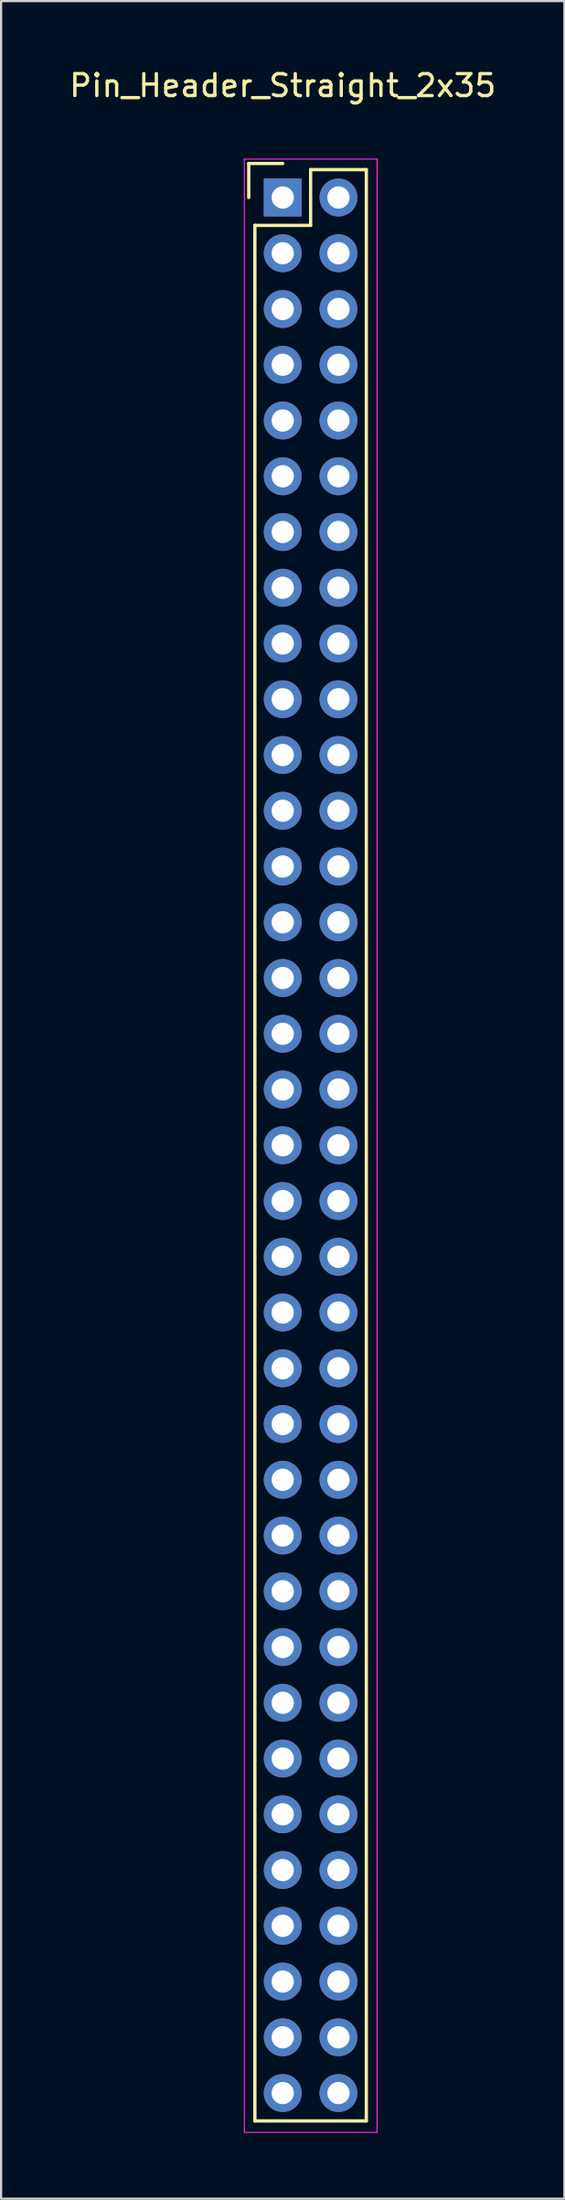
<source format=kicad_pcb>
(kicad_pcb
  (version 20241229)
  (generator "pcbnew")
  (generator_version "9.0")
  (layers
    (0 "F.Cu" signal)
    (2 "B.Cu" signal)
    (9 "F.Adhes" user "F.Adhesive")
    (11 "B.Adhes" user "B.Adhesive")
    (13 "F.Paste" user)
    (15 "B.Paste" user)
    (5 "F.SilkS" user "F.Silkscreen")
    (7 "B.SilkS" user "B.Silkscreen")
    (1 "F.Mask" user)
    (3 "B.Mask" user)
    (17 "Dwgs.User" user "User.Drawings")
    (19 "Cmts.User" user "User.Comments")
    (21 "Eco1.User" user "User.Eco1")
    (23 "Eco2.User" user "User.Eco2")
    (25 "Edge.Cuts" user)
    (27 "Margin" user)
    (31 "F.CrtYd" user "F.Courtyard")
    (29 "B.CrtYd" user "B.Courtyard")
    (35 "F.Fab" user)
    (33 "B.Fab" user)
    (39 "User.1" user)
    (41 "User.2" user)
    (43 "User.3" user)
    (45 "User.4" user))
  (footprint "Pin_Header_Straight_2x35"
    (layer "F.Cu")
    (at 9.839 5.948)
    (property "Reference" "Pin_Header_Straight_2x35" (at 0 -5.1 0) (layer "F.SilkS") (effects (font (size 1 1) (thickness 0.15))))
    (attr through_hole)
    (fp_line (start -1.55 -1.55) (end -1.55 0) (stroke (width 0.15) (type solid)) (layer "F.SilkS"))
    (fp_line (start -1.27 1.27) (end -1.27 87.63) (stroke (width 0.15) (type solid)) (layer "F.SilkS"))
    (fp_line (start 0 -1.55) (end -1.55 -1.55) (stroke (width 0.15) (type solid)) (layer "F.SilkS"))
    (fp_line (start 1.27 -1.27) (end 1.27 1.27) (stroke (width 0.15) (type solid)) (layer "F.SilkS"))
    (fp_line (start 1.27 1.27) (end -1.27 1.27) (stroke (width 0.15) (type solid)) (layer "F.SilkS"))
    (fp_line (start 3.81 -1.27) (end 1.27 -1.27) (stroke (width 0.15) (type solid)) (layer "F.SilkS"))
    (fp_line (start 3.81 87.63) (end -1.27 87.63) (stroke (width 0.15) (type solid)) (layer "F.SilkS"))
    (fp_line (start 3.81 87.63) (end 3.81 -1.27) (stroke (width 0.15) (type solid)) (layer "F.SilkS"))
    (fp_line (start -1.75 -1.75) (end -1.75 88.15) (stroke (width 0.05) (type solid)) (layer "F.CrtYd"))
    (fp_line (start -1.75 -1.75) (end 4.3 -1.75) (stroke (width 0.05) (type solid)) (layer "F.CrtYd"))
    (fp_line (start -1.75 88.15) (end 4.3 88.15) (stroke (width 0.05) (type solid)) (layer "F.CrtYd"))
    (fp_line (start 4.3 -1.75) (end 4.3 88.15) (stroke (width 0.05) (type solid)) (layer "F.CrtYd"))
    (pad "1" thru_hole rect (at 0 0) (size 1.727 1.727) (drill 1.016) (layers "*.Cu" "*.Mask"))
    (pad "2" thru_hole oval (at 2.54 0) (size 1.727 1.727) (drill 1.016) (layers "*.Cu" "*.Mask"))
    (pad "3" thru_hole oval (at 0 2.54) (size 1.727 1.727) (drill 1.016) (layers "*.Cu" "*.Mask"))
    (pad "4" thru_hole oval (at 2.54 2.54) (size 1.727 1.727) (drill 1.016) (layers "*.Cu" "*.Mask"))
    (pad "5" thru_hole oval (at 0 5.08) (size 1.727 1.727) (drill 1.016) (layers "*.Cu" "*.Mask"))
    (pad "6" thru_hole oval (at 2.54 5.08) (size 1.727 1.727) (drill 1.016) (layers "*.Cu" "*.Mask"))
    (pad "7" thru_hole oval (at 0 7.62) (size 1.727 1.727) (drill 1.016) (layers "*.Cu" "*.Mask"))
    (pad "8" thru_hole oval (at 2.54 7.62) (size 1.727 1.727) (drill 1.016) (layers "*.Cu" "*.Mask"))
    (pad "9" thru_hole oval (at 0 10.16) (size 1.727 1.727) (drill 1.016) (layers "*.Cu" "*.Mask"))
    (pad "10" thru_hole oval (at 2.54 10.16) (size 1.727 1.727) (drill 1.016) (layers "*.Cu" "*.Mask"))
    (pad "11" thru_hole oval (at 0 12.7) (size 1.727 1.727) (drill 1.016) (layers "*.Cu" "*.Mask"))
    (pad "12" thru_hole oval (at 2.54 12.7) (size 1.727 1.727) (drill 1.016) (layers "*.Cu" "*.Mask"))
    (pad "13" thru_hole oval (at 0 15.24) (size 1.727 1.727) (drill 1.016) (layers "*.Cu" "*.Mask"))
    (pad "14" thru_hole oval (at 2.54 15.24) (size 1.727 1.727) (drill 1.016) (layers "*.Cu" "*.Mask"))
    (pad "15" thru_hole oval (at 0 17.78) (size 1.727 1.727) (drill 1.016) (layers "*.Cu" "*.Mask"))
    (pad "16" thru_hole oval (at 2.54 17.78) (size 1.727 1.727) (drill 1.016) (layers "*.Cu" "*.Mask"))
    (pad "17" thru_hole oval (at 0 20.32) (size 1.727 1.727) (drill 1.016) (layers "*.Cu" "*.Mask"))
    (pad "18" thru_hole oval (at 2.54 20.32) (size 1.727 1.727) (drill 1.016) (layers "*.Cu" "*.Mask"))
    (pad "19" thru_hole oval (at 0 22.86) (size 1.727 1.727) (drill 1.016) (layers "*.Cu" "*.Mask"))
    (pad "20" thru_hole oval (at 2.54 22.86) (size 1.727 1.727) (drill 1.016) (layers "*.Cu" "*.Mask"))
    (pad "21" thru_hole oval (at 0 25.4) (size 1.727 1.727) (drill 1.016) (layers "*.Cu" "*.Mask"))
    (pad "22" thru_hole oval (at 2.54 25.4) (size 1.727 1.727) (drill 1.016) (layers "*.Cu" "*.Mask"))
    (pad "23" thru_hole oval (at 0 27.94) (size 1.727 1.727) (drill 1.016) (layers "*.Cu" "*.Mask"))
    (pad "24" thru_hole oval (at 2.54 27.94) (size 1.727 1.727) (drill 1.016) (layers "*.Cu" "*.Mask"))
    (pad "25" thru_hole oval (at 0 30.48) (size 1.727 1.727) (drill 1.016) (layers "*.Cu" "*.Mask"))
    (pad "26" thru_hole oval (at 2.54 30.48) (size 1.727 1.727) (drill 1.016) (layers "*.Cu" "*.Mask"))
    (pad "27" thru_hole oval (at 0 33.02) (size 1.727 1.727) (drill 1.016) (layers "*.Cu" "*.Mask"))
    (pad "28" thru_hole oval (at 2.54 33.02) (size 1.727 1.727) (drill 1.016) (layers "*.Cu" "*.Mask"))
    (pad "29" thru_hole oval (at 0 35.56) (size 1.727 1.727) (drill 1.016) (layers "*.Cu" "*.Mask"))
    (pad "30" thru_hole oval (at 2.54 35.56) (size 1.727 1.727) (drill 1.016) (layers "*.Cu" "*.Mask"))
    (pad "31" thru_hole oval (at 0 38.1) (size 1.727 1.727) (drill 1.016) (layers "*.Cu" "*.Mask"))
    (pad "32" thru_hole oval (at 2.54 38.1) (size 1.727 1.727) (drill 1.016) (layers "*.Cu" "*.Mask"))
    (pad "33" thru_hole oval (at 0 40.64) (size 1.727 1.727) (drill 1.016) (layers "*.Cu" "*.Mask"))
    (pad "34" thru_hole oval (at 2.54 40.64) (size 1.727 1.727) (drill 1.016) (layers "*.Cu" "*.Mask"))
    (pad "35" thru_hole oval (at 0 43.18) (size 1.727 1.727) (drill 1.016) (layers "*.Cu" "*.Mask"))
    (pad "36" thru_hole oval (at 2.54 43.18) (size 1.727 1.727) (drill 1.016) (layers "*.Cu" "*.Mask"))
    (pad "37" thru_hole oval (at 0 45.72) (size 1.727 1.727) (drill 1.016) (layers "*.Cu" "*.Mask"))
    (pad "38" thru_hole oval (at 2.54 45.72) (size 1.727 1.727) (drill 1.016) (layers "*.Cu" "*.Mask"))
    (pad "39" thru_hole oval (at 0 48.26) (size 1.727 1.727) (drill 1.016) (layers "*.Cu" "*.Mask"))
    (pad "40" thru_hole oval (at 2.54 48.26) (size 1.727 1.727) (drill 1.016) (layers "*.Cu" "*.Mask"))
    (pad "41" thru_hole oval (at 0 50.8) (size 1.727 1.727) (drill 1.016) (layers "*.Cu" "*.Mask"))
    (pad "42" thru_hole oval (at 2.54 50.8) (size 1.727 1.727) (drill 1.016) (layers "*.Cu" "*.Mask"))
    (pad "43" thru_hole oval (at 0 53.34) (size 1.727 1.727) (drill 1.016) (layers "*.Cu" "*.Mask"))
    (pad "44" thru_hole oval (at 2.54 53.34) (size 1.727 1.727) (drill 1.016) (layers "*.Cu" "*.Mask"))
    (pad "45" thru_hole oval (at 0 55.88) (size 1.727 1.727) (drill 1.016) (layers "*.Cu" "*.Mask"))
    (pad "46" thru_hole oval (at 2.54 55.88) (size 1.727 1.727) (drill 1.016) (layers "*.Cu" "*.Mask"))
    (pad "47" thru_hole oval (at 0 58.42) (size 1.727 1.727) (drill 1.016) (layers "*.Cu" "*.Mask"))
    (pad "48" thru_hole oval (at 2.54 58.42) (size 1.727 1.727) (drill 1.016) (layers "*.Cu" "*.Mask"))
    (pad "49" thru_hole oval (at 0 60.96) (size 1.727 1.727) (drill 1.016) (layers "*.Cu" "*.Mask"))
    (pad "50" thru_hole oval (at 2.54 60.96) (size 1.727 1.727) (drill 1.016) (layers "*.Cu" "*.Mask"))
    (pad "51" thru_hole oval (at 0 63.5) (size 1.727 1.727) (drill 1.016) (layers "*.Cu" "*.Mask"))
    (pad "52" thru_hole oval (at 2.54 63.5) (size 1.727 1.727) (drill 1.016) (layers "*.Cu" "*.Mask"))
    (pad "53" thru_hole oval (at 0 66.04) (size 1.727 1.727) (drill 1.016) (layers "*.Cu" "*.Mask"))
    (pad "54" thru_hole oval (at 2.54 66.04) (size 1.727 1.727) (drill 1.016) (layers "*.Cu" "*.Mask"))
    (pad "55" thru_hole oval (at 0 68.58) (size 1.727 1.727) (drill 1.016) (layers "*.Cu" "*.Mask"))
    (pad "56" thru_hole oval (at 2.54 68.58) (size 1.727 1.727) (drill 1.016) (layers "*.Cu" "*.Mask"))
    (pad "57" thru_hole oval (at 0 71.12) (size 1.727 1.727) (drill 1.016) (layers "*.Cu" "*.Mask"))
    (pad "58" thru_hole oval (at 2.54 71.12) (size 1.727 1.727) (drill 1.016) (layers "*.Cu" "*.Mask"))
    (pad "59" thru_hole oval (at 0 73.66) (size 1.727 1.727) (drill 1.016) (layers "*.Cu" "*.Mask"))
    (pad "60" thru_hole oval (at 2.54 73.66) (size 1.727 1.727) (drill 1.016) (layers "*.Cu" "*.Mask"))
    (pad "61" thru_hole oval (at 0 76.2) (size 1.727 1.727) (drill 1.016) (layers "*.Cu" "*.Mask"))
    (pad "62" thru_hole oval (at 2.54 76.2) (size 1.727 1.727) (drill 1.016) (layers "*.Cu" "*.Mask"))
    (pad "63" thru_hole oval (at 0 78.74) (size 1.727 1.727) (drill 1.016) (layers "*.Cu" "*.Mask"))
    (pad "64" thru_hole oval (at 2.54 78.74) (size 1.727 1.727) (drill 1.016) (layers "*.Cu" "*.Mask"))
    (pad "65" thru_hole oval (at 0 81.28) (size 1.727 1.727) (drill 1.016) (layers "*.Cu" "*.Mask"))
    (pad "66" thru_hole oval (at 2.54 81.28) (size 1.727 1.727) (drill 1.016) (layers "*.Cu" "*.Mask"))
    (pad "67" thru_hole oval (at 0 83.82) (size 1.727 1.727) (drill 1.016) (layers "*.Cu" "*.Mask"))
    (pad "68" thru_hole oval (at 2.54 83.82) (size 1.727 1.727) (drill 1.016) (layers "*.Cu" "*.Mask"))
    (pad "69" thru_hole oval (at 0 86.36) (size 1.727 1.727) (drill 1.016) (layers "*.Cu" "*.Mask"))
    (pad "70" thru_hole oval (at 2.54 86.36) (size 1.727 1.727) (drill 1.016) (layers "*.Cu" "*.Mask")))
  (gr_rect
    (start -3 -3)
    (end 22.679 97.123)
    (stroke (width 0.1) (type default))
    (fill no)
    (layer "Edge.Cuts")))
</source>
